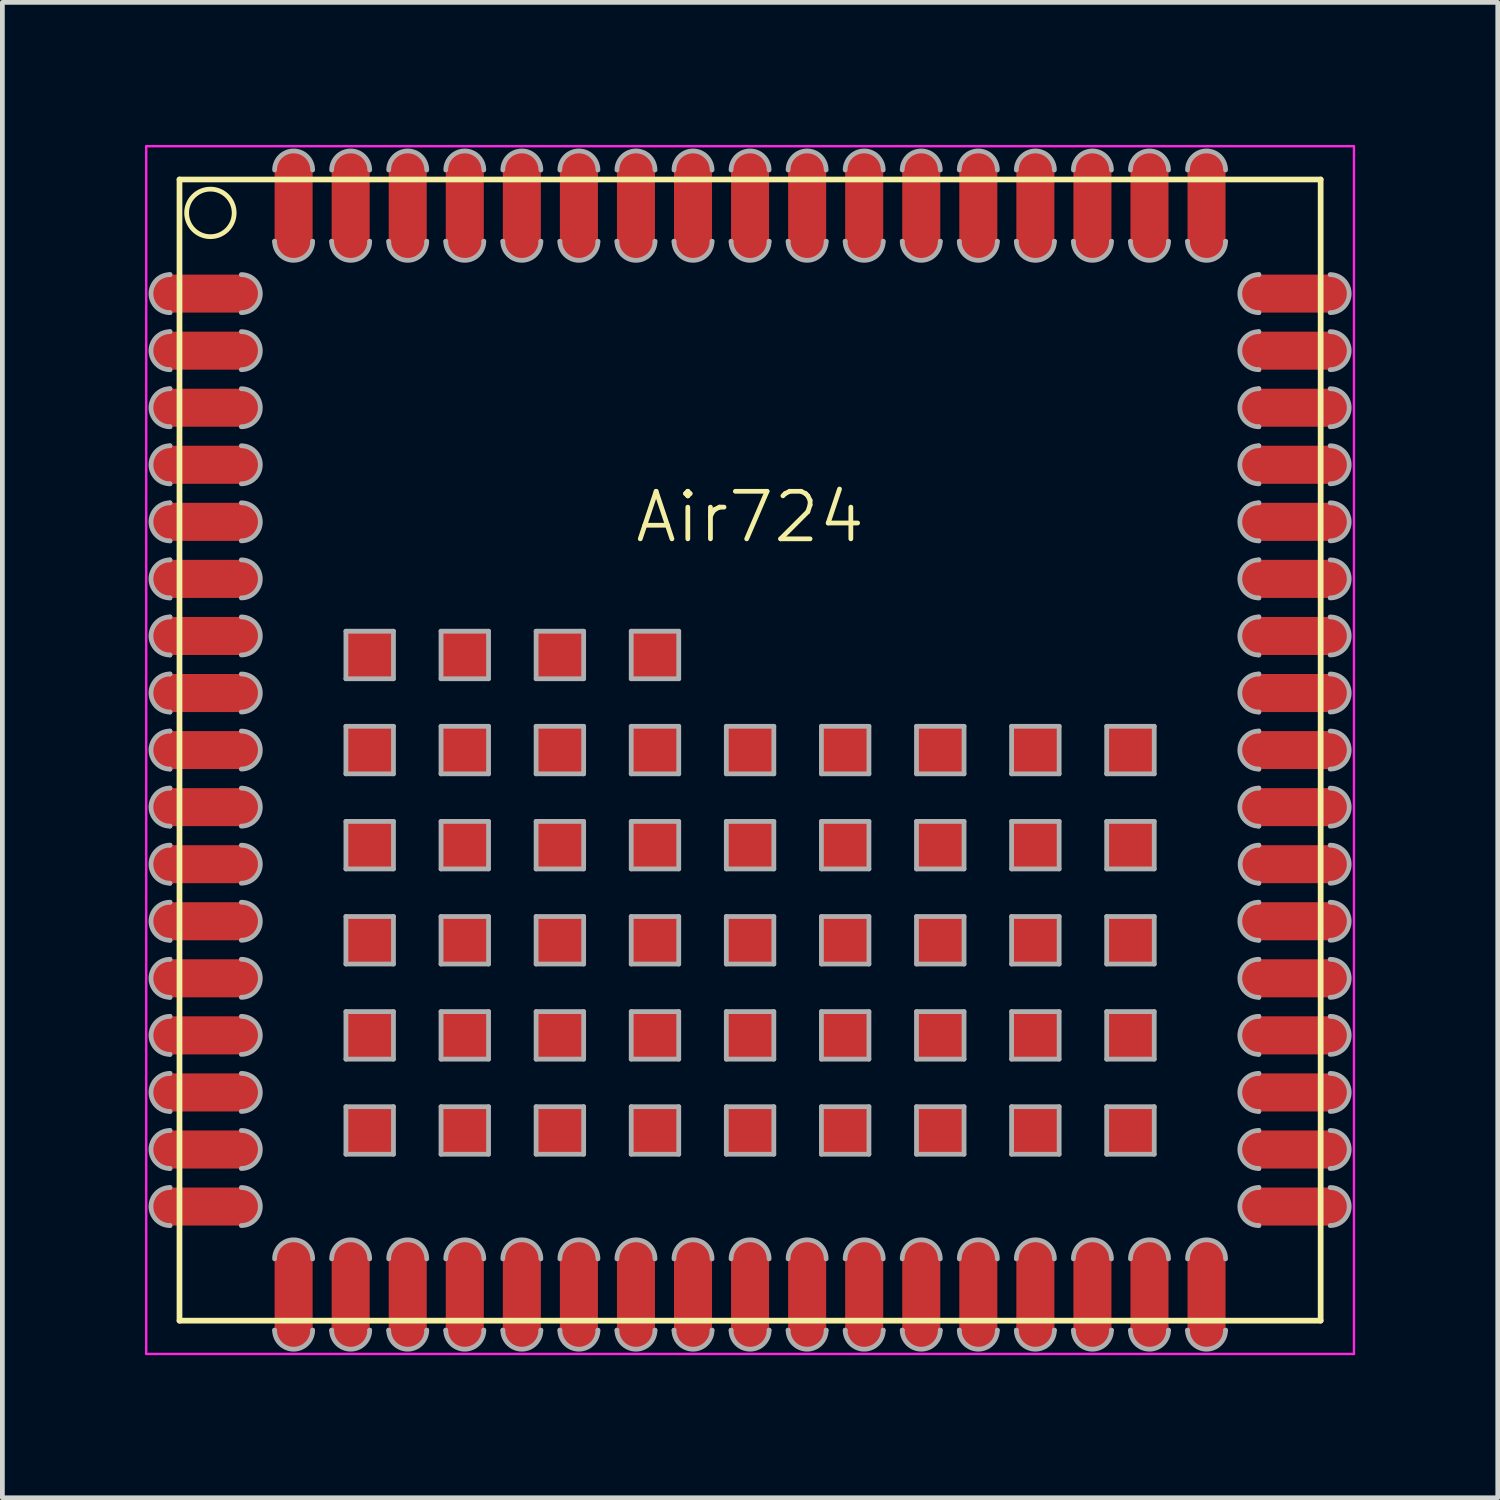
<source format=kicad_pcb>
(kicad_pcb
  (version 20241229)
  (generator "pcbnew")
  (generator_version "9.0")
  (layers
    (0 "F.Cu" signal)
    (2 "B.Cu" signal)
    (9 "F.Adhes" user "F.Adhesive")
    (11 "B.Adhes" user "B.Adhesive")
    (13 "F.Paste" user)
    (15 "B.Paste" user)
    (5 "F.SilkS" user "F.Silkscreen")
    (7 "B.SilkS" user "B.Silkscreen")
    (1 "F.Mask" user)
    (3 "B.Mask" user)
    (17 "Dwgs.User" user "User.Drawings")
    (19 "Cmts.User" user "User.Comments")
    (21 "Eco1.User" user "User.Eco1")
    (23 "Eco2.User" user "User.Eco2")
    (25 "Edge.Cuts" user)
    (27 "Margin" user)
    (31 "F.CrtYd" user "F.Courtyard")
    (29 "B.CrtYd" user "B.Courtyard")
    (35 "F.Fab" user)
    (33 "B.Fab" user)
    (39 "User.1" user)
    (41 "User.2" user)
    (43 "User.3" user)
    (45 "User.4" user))
  (footprint "Air724"
    (layer "F.Cu")
    (at 12.725 12.725)
    (property "Reference" "Air724" (at 0 -4.9 0) (layer "F.SilkS") (effects (font (size 1 1) (thickness 0.1))))
    (attr through_hole)
    (fp_line (start -12 -12) (end 12 -12) (stroke (width 0.12) (type solid)) (layer "F.SilkS"))
    (fp_line (start -12 12) (end -12 -12) (stroke (width 0.12) (type solid)) (layer "F.SilkS"))
    (fp_line (start 12 -12) (end 12 12) (stroke (width 0.12) (type solid)) (layer "F.SilkS"))
    (fp_line (start 12 12) (end -12 12) (stroke (width 0.12) (type solid)) (layer "F.SilkS"))
    (fp_arc (start -10.850038 -11.294766) (mid -11.849965 -11.3066) (end -10.84999 -11.300002) (stroke (width 0.1) (type solid)) (layer "F.SilkS"))
    (fp_line (start -12.7 -12.7) (end 12.7 -12.7) (stroke (width 0.05) (type solid)) (layer "F.CrtYd"))
    (fp_line (start -12.7 12.7) (end -12.7 -12.7) (stroke (width 0.05) (type solid)) (layer "F.CrtYd"))
    (fp_line (start 12.7 -12.7) (end 12.7 12.7) (stroke (width 0.05) (type solid)) (layer "F.CrtYd"))
    (fp_line (start 12.7 12.7) (end -12.7 12.7) (stroke (width 0.05) (type solid)) (layer "F.CrtYd"))
    (fp_line (start -12.2 -10) (end -12.2 -10) (stroke (width 0.1) (type solid)) (layer "F.Fab"))
    (fp_line (start -12.2 -9.2) (end -12.2 -9.2) (stroke (width 0.1) (type solid)) (layer "F.Fab"))
    (fp_line (start -12.2 -8.8) (end -12.2 -8.8) (stroke (width 0.1) (type solid)) (layer "F.Fab"))
    (fp_line (start -12.2 -8) (end -12.2 -8) (stroke (width 0.1) (type solid)) (layer "F.Fab"))
    (fp_line (start -12.2 -7.6) (end -12.2 -7.6) (stroke (width 0.1) (type solid)) (layer "F.Fab"))
    (fp_line (start -12.2 -6.8) (end -12.2 -6.8) (stroke (width 0.1) (type solid)) (layer "F.Fab"))
    (fp_line (start -12.2 -6.4) (end -12.2 -6.4) (stroke (width 0.1) (type solid)) (layer "F.Fab"))
    (fp_line (start -12.2 -5.6) (end -12.2 -5.6) (stroke (width 0.1) (type solid)) (layer "F.Fab"))
    (fp_line (start -12.2 -5.2) (end -12.2 -5.2) (stroke (width 0.1) (type solid)) (layer "F.Fab"))
    (fp_line (start -12.2 -4.4) (end -12.2 -4.4) (stroke (width 0.1) (type solid)) (layer "F.Fab"))
    (fp_line (start -12.2 -4) (end -12.2 -4) (stroke (width 0.1) (type solid)) (layer "F.Fab"))
    (fp_line (start -12.2 -3.2) (end -12.2 -3.2) (stroke (width 0.1) (type solid)) (layer "F.Fab"))
    (fp_line (start -12.2 -2.8) (end -12.2 -2.8) (stroke (width 0.1) (type solid)) (layer "F.Fab"))
    (fp_line (start -12.2 -2) (end -12.2 -2) (stroke (width 0.1) (type solid)) (layer "F.Fab"))
    (fp_line (start -12.2 -1.6) (end -12.2 -1.6) (stroke (width 0.1) (type solid)) (layer "F.Fab"))
    (fp_line (start -12.2 -0.8) (end -12.2 -0.8) (stroke (width 0.1) (type solid)) (layer "F.Fab"))
    (fp_line (start -12.2 -0.4) (end -12.2 -0.4) (stroke (width 0.1) (type solid)) (layer "F.Fab"))
    (fp_line (start -12.2 0.4) (end -12.2 0.4) (stroke (width 0.1) (type solid)) (layer "F.Fab"))
    (fp_line (start -12.2 0.8) (end -12.2 0.8) (stroke (width 0.1) (type solid)) (layer "F.Fab"))
    (fp_line (start -12.2 1.6) (end -12.2 1.6) (stroke (width 0.1) (type solid)) (layer "F.Fab"))
    (fp_line (start -12.2 2) (end -12.2 2) (stroke (width 0.1) (type solid)) (layer "F.Fab"))
    (fp_line (start -12.2 2.8) (end -12.2 2.8) (stroke (width 0.1) (type solid)) (layer "F.Fab"))
    (fp_line (start -12.2 3.2) (end -12.2 3.2) (stroke (width 0.1) (type solid)) (layer "F.Fab"))
    (fp_line (start -12.2 4) (end -12.2 4) (stroke (width 0.1) (type solid)) (layer "F.Fab"))
    (fp_line (start -12.2 4.4) (end -12.2 4.4) (stroke (width 0.1) (type solid)) (layer "F.Fab"))
    (fp_line (start -12.2 5.2) (end -12.2 5.2) (stroke (width 0.1) (type solid)) (layer "F.Fab"))
    (fp_line (start -12.2 5.6) (end -12.2 5.6) (stroke (width 0.1) (type solid)) (layer "F.Fab"))
    (fp_line (start -12.2 6.4) (end -12.2 6.4) (stroke (width 0.1) (type solid)) (layer "F.Fab"))
    (fp_line (start -12.2 6.8) (end -12.2 6.8) (stroke (width 0.1) (type solid)) (layer "F.Fab"))
    (fp_line (start -12.2 7.6) (end -12.2 7.6) (stroke (width 0.1) (type solid)) (layer "F.Fab"))
    (fp_line (start -12.2 8) (end -12.2 8) (stroke (width 0.1) (type solid)) (layer "F.Fab"))
    (fp_line (start -12.2 8.8) (end -12.2 8.8) (stroke (width 0.1) (type solid)) (layer "F.Fab"))
    (fp_line (start -12.2 9.2) (end -12.2 9.2) (stroke (width 0.1) (type solid)) (layer "F.Fab"))
    (fp_line (start -12.2 10) (end -12.2 10) (stroke (width 0.1) (type solid)) (layer "F.Fab"))
    (fp_line (start -10 -10.7) (end -10 -10.7) (stroke (width 0.1) (type solid)) (layer "F.Fab"))
    (fp_line (start -10 12.2) (end -10 12.2) (stroke (width 0.1) (type solid)) (layer "F.Fab"))
    (fp_line (start -9.2 -10.7) (end -9.2 -10.7) (stroke (width 0.1) (type solid)) (layer "F.Fab"))
    (fp_line (start -9.2 12.2) (end -9.2 12.2) (stroke (width 0.1) (type solid)) (layer "F.Fab"))
    (fp_line (start -8.8 -10.7) (end -8.8 -10.7) (stroke (width 0.1) (type solid)) (layer "F.Fab"))
    (fp_line (start -8.8 12.2) (end -8.8 12.2) (stroke (width 0.1) (type solid)) (layer "F.Fab"))
    (fp_line (start -8.5 -2.5) (end -7.5 -2.5) (stroke (width 0.1) (type solid)) (layer "F.Fab"))
    (fp_line (start -8.5 -1.5) (end -8.5 -2.5) (stroke (width 0.1) (type solid)) (layer "F.Fab"))
    (fp_line (start -8.5 -0.5) (end -7.5 -0.5) (stroke (width 0.1) (type solid)) (layer "F.Fab"))
    (fp_line (start -8.5 0.5) (end -8.5 -0.5) (stroke (width 0.1) (type solid)) (layer "F.Fab"))
    (fp_line (start -8.5 1.5) (end -7.5 1.5) (stroke (width 0.1) (type solid)) (layer "F.Fab"))
    (fp_line (start -8.5 2.5) (end -8.5 1.5) (stroke (width 0.1) (type solid)) (layer "F.Fab"))
    (fp_line (start -8.5 3.5) (end -7.5 3.5) (stroke (width 0.1) (type solid)) (layer "F.Fab"))
    (fp_line (start -8.5 4.5) (end -8.5 3.5) (stroke (width 0.1) (type solid)) (layer "F.Fab"))
    (fp_line (start -8.5 5.5) (end -7.5 5.5) (stroke (width 0.1) (type solid)) (layer "F.Fab"))
    (fp_line (start -8.5 6.5) (end -8.5 5.5) (stroke (width 0.1) (type solid)) (layer "F.Fab"))
    (fp_line (start -8.5 7.5) (end -7.5 7.5) (stroke (width 0.1) (type solid)) (layer "F.Fab"))
    (fp_line (start -8.5 8.5) (end -8.5 7.5) (stroke (width 0.1) (type solid)) (layer "F.Fab"))
    (fp_line (start -8 -10.7) (end -8 -10.7) (stroke (width 0.1) (type solid)) (layer "F.Fab"))
    (fp_line (start -8 12.2) (end -8 12.2) (stroke (width 0.1) (type solid)) (layer "F.Fab"))
    (fp_line (start -7.6 -10.7) (end -7.6 -10.7) (stroke (width 0.1) (type solid)) (layer "F.Fab"))
    (fp_line (start -7.6 12.2) (end -7.6 12.2) (stroke (width 0.1) (type solid)) (layer "F.Fab"))
    (fp_line (start -7.5 -2.5) (end -7.5 -1.5) (stroke (width 0.1) (type solid)) (layer "F.Fab"))
    (fp_line (start -7.5 -1.5) (end -8.5 -1.5) (stroke (width 0.1) (type solid)) (layer "F.Fab"))
    (fp_line (start -7.5 -0.5) (end -7.5 0.5) (stroke (width 0.1) (type solid)) (layer "F.Fab"))
    (fp_line (start -7.5 0.5) (end -8.5 0.5) (stroke (width 0.1) (type solid)) (layer "F.Fab"))
    (fp_line (start -7.5 1.5) (end -7.5 2.5) (stroke (width 0.1) (type solid)) (layer "F.Fab"))
    (fp_line (start -7.5 2.5) (end -8.5 2.5) (stroke (width 0.1) (type solid)) (layer "F.Fab"))
    (fp_line (start -7.5 3.5) (end -7.5 4.5) (stroke (width 0.1) (type solid)) (layer "F.Fab"))
    (fp_line (start -7.5 4.5) (end -8.5 4.5) (stroke (width 0.1) (type solid)) (layer "F.Fab"))
    (fp_line (start -7.5 5.5) (end -7.5 6.5) (stroke (width 0.1) (type solid)) (layer "F.Fab"))
    (fp_line (start -7.5 6.5) (end -8.5 6.5) (stroke (width 0.1) (type solid)) (layer "F.Fab"))
    (fp_line (start -7.5 7.5) (end -7.5 8.5) (stroke (width 0.1) (type solid)) (layer "F.Fab"))
    (fp_line (start -7.5 8.5) (end -8.5 8.5) (stroke (width 0.1) (type solid)) (layer "F.Fab"))
    (fp_line (start -6.8 -10.7) (end -6.8 -10.7) (stroke (width 0.1) (type solid)) (layer "F.Fab"))
    (fp_line (start -6.8 12.2) (end -6.8 12.2) (stroke (width 0.1) (type solid)) (layer "F.Fab"))
    (fp_line (start -6.5 -2.5) (end -5.5 -2.5) (stroke (width 0.1) (type solid)) (layer "F.Fab"))
    (fp_line (start -6.5 -1.5) (end -6.5 -2.5) (stroke (width 0.1) (type solid)) (layer "F.Fab"))
    (fp_line (start -6.5 -0.5) (end -5.5 -0.5) (stroke (width 0.1) (type solid)) (layer "F.Fab"))
    (fp_line (start -6.5 0.5) (end -6.5 -0.5) (stroke (width 0.1) (type solid)) (layer "F.Fab"))
    (fp_line (start -6.5 1.5) (end -5.5 1.5) (stroke (width 0.1) (type solid)) (layer "F.Fab"))
    (fp_line (start -6.5 2.5) (end -6.5 1.5) (stroke (width 0.1) (type solid)) (layer "F.Fab"))
    (fp_line (start -6.5 3.5) (end -5.5 3.5) (stroke (width 0.1) (type solid)) (layer "F.Fab"))
    (fp_line (start -6.5 4.5) (end -6.5 3.5) (stroke (width 0.1) (type solid)) (layer "F.Fab"))
    (fp_line (start -6.5 5.5) (end -5.5 5.5) (stroke (width 0.1) (type solid)) (layer "F.Fab"))
    (fp_line (start -6.5 6.5) (end -6.5 5.5) (stroke (width 0.1) (type solid)) (layer "F.Fab"))
    (fp_line (start -6.5 7.5) (end -5.5 7.5) (stroke (width 0.1) (type solid)) (layer "F.Fab"))
    (fp_line (start -6.5 8.5) (end -6.5 7.5) (stroke (width 0.1) (type solid)) (layer "F.Fab"))
    (fp_line (start -6.4 -10.7) (end -6.4 -10.7) (stroke (width 0.1) (type solid)) (layer "F.Fab"))
    (fp_line (start -6.4 12.2) (end -6.4 12.2) (stroke (width 0.1) (type solid)) (layer "F.Fab"))
    (fp_line (start -5.6 -10.7) (end -5.6 -10.7) (stroke (width 0.1) (type solid)) (layer "F.Fab"))
    (fp_line (start -5.6 12.2) (end -5.6 12.2) (stroke (width 0.1) (type solid)) (layer "F.Fab"))
    (fp_line (start -5.5 -2.5) (end -5.5 -1.5) (stroke (width 0.1) (type solid)) (layer "F.Fab"))
    (fp_line (start -5.5 -1.5) (end -6.5 -1.5) (stroke (width 0.1) (type solid)) (layer "F.Fab"))
    (fp_line (start -5.5 -0.5) (end -5.5 0.5) (stroke (width 0.1) (type solid)) (layer "F.Fab"))
    (fp_line (start -5.5 0.5) (end -6.5 0.5) (stroke (width 0.1) (type solid)) (layer "F.Fab"))
    (fp_line (start -5.5 1.5) (end -5.5 2.5) (stroke (width 0.1) (type solid)) (layer "F.Fab"))
    (fp_line (start -5.5 2.5) (end -6.5 2.5) (stroke (width 0.1) (type solid)) (layer "F.Fab"))
    (fp_line (start -5.5 3.5) (end -5.5 4.5) (stroke (width 0.1) (type solid)) (layer "F.Fab"))
    (fp_line (start -5.5 4.5) (end -6.5 4.5) (stroke (width 0.1) (type solid)) (layer "F.Fab"))
    (fp_line (start -5.5 5.5) (end -5.5 6.5) (stroke (width 0.1) (type solid)) (layer "F.Fab"))
    (fp_line (start -5.5 6.5) (end -6.5 6.5) (stroke (width 0.1) (type solid)) (layer "F.Fab"))
    (fp_line (start -5.5 7.5) (end -5.5 8.5) (stroke (width 0.1) (type solid)) (layer "F.Fab"))
    (fp_line (start -5.5 8.5) (end -6.5 8.5) (stroke (width 0.1) (type solid)) (layer "F.Fab"))
    (fp_line (start -5.2 -10.7) (end -5.2 -10.7) (stroke (width 0.1) (type solid)) (layer "F.Fab"))
    (fp_line (start -5.2 12.2) (end -5.2 12.2) (stroke (width 0.1) (type solid)) (layer "F.Fab"))
    (fp_line (start -4.5 -2.5) (end -3.5 -2.5) (stroke (width 0.1) (type solid)) (layer "F.Fab"))
    (fp_line (start -4.5 -1.5) (end -4.5 -2.5) (stroke (width 0.1) (type solid)) (layer "F.Fab"))
    (fp_line (start -4.5 -0.5) (end -3.5 -0.5) (stroke (width 0.1) (type solid)) (layer "F.Fab"))
    (fp_line (start -4.5 0.5) (end -4.5 -0.5) (stroke (width 0.1) (type solid)) (layer "F.Fab"))
    (fp_line (start -4.5 1.5) (end -3.5 1.5) (stroke (width 0.1) (type solid)) (layer "F.Fab"))
    (fp_line (start -4.5 2.5) (end -4.5 1.5) (stroke (width 0.1) (type solid)) (layer "F.Fab"))
    (fp_line (start -4.5 3.5) (end -3.5 3.5) (stroke (width 0.1) (type solid)) (layer "F.Fab"))
    (fp_line (start -4.5 4.5) (end -4.5 3.5) (stroke (width 0.1) (type solid)) (layer "F.Fab"))
    (fp_line (start -4.5 5.5) (end -3.5 5.5) (stroke (width 0.1) (type solid)) (layer "F.Fab"))
    (fp_line (start -4.5 6.5) (end -4.5 5.5) (stroke (width 0.1) (type solid)) (layer "F.Fab"))
    (fp_line (start -4.5 7.5) (end -3.5 7.5) (stroke (width 0.1) (type solid)) (layer "F.Fab"))
    (fp_line (start -4.5 8.5) (end -4.5 7.5) (stroke (width 0.1) (type solid)) (layer "F.Fab"))
    (fp_line (start -4.4 -10.7) (end -4.4 -10.7) (stroke (width 0.1) (type solid)) (layer "F.Fab"))
    (fp_line (start -4.4 12.2) (end -4.4 12.2) (stroke (width 0.1) (type solid)) (layer "F.Fab"))
    (fp_line (start -4 -10.7) (end -4 -10.7) (stroke (width 0.1) (type solid)) (layer "F.Fab"))
    (fp_line (start -4 12.2) (end -4 12.2) (stroke (width 0.1) (type solid)) (layer "F.Fab"))
    (fp_line (start -3.5 -2.5) (end -3.5 -1.5) (stroke (width 0.1) (type solid)) (layer "F.Fab"))
    (fp_line (start -3.5 -1.5) (end -4.5 -1.5) (stroke (width 0.1) (type solid)) (layer "F.Fab"))
    (fp_line (start -3.5 -0.5) (end -3.5 0.5) (stroke (width 0.1) (type solid)) (layer "F.Fab"))
    (fp_line (start -3.5 0.5) (end -4.5 0.5) (stroke (width 0.1) (type solid)) (layer "F.Fab"))
    (fp_line (start -3.5 1.5) (end -3.5 2.5) (stroke (width 0.1) (type solid)) (layer "F.Fab"))
    (fp_line (start -3.5 2.5) (end -4.5 2.5) (stroke (width 0.1) (type solid)) (layer "F.Fab"))
    (fp_line (start -3.5 3.5) (end -3.5 4.5) (stroke (width 0.1) (type solid)) (layer "F.Fab"))
    (fp_line (start -3.5 4.5) (end -4.5 4.5) (stroke (width 0.1) (type solid)) (layer "F.Fab"))
    (fp_line (start -3.5 5.5) (end -3.5 6.5) (stroke (width 0.1) (type solid)) (layer "F.Fab"))
    (fp_line (start -3.5 6.5) (end -4.5 6.5) (stroke (width 0.1) (type solid)) (layer "F.Fab"))
    (fp_line (start -3.5 7.5) (end -3.5 8.5) (stroke (width 0.1) (type solid)) (layer "F.Fab"))
    (fp_line (start -3.5 8.5) (end -4.5 8.5) (stroke (width 0.1) (type solid)) (layer "F.Fab"))
    (fp_line (start -3.2 -10.7) (end -3.2 -10.7) (stroke (width 0.1) (type solid)) (layer "F.Fab"))
    (fp_line (start -3.2 12.2) (end -3.2 12.2) (stroke (width 0.1) (type solid)) (layer "F.Fab"))
    (fp_line (start -2.8 -10.7) (end -2.8 -10.7) (stroke (width 0.1) (type solid)) (layer "F.Fab"))
    (fp_line (start -2.8 12.2) (end -2.8 12.2) (stroke (width 0.1) (type solid)) (layer "F.Fab"))
    (fp_line (start -2.5 -2.5) (end -1.5 -2.5) (stroke (width 0.1) (type solid)) (layer "F.Fab"))
    (fp_line (start -2.5 -1.5) (end -2.5 -2.5) (stroke (width 0.1) (type solid)) (layer "F.Fab"))
    (fp_line (start -2.5 -0.5) (end -1.5 -0.5) (stroke (width 0.1) (type solid)) (layer "F.Fab"))
    (fp_line (start -2.5 0.5) (end -2.5 -0.5) (stroke (width 0.1) (type solid)) (layer "F.Fab"))
    (fp_line (start -2.5 1.5) (end -1.5 1.5) (stroke (width 0.1) (type solid)) (layer "F.Fab"))
    (fp_line (start -2.5 2.5) (end -2.5 1.5) (stroke (width 0.1) (type solid)) (layer "F.Fab"))
    (fp_line (start -2.5 3.5) (end -1.5 3.5) (stroke (width 0.1) (type solid)) (layer "F.Fab"))
    (fp_line (start -2.5 4.5) (end -2.5 3.5) (stroke (width 0.1) (type solid)) (layer "F.Fab"))
    (fp_line (start -2.5 5.5) (end -1.5 5.5) (stroke (width 0.1) (type solid)) (layer "F.Fab"))
    (fp_line (start -2.5 6.5) (end -2.5 5.5) (stroke (width 0.1) (type solid)) (layer "F.Fab"))
    (fp_line (start -2.5 7.5) (end -1.5 7.5) (stroke (width 0.1) (type solid)) (layer "F.Fab"))
    (fp_line (start -2.5 8.5) (end -2.5 7.5) (stroke (width 0.1) (type solid)) (layer "F.Fab"))
    (fp_line (start -2 -10.7) (end -2 -10.7) (stroke (width 0.1) (type solid)) (layer "F.Fab"))
    (fp_line (start -2 12.2) (end -2 12.2) (stroke (width 0.1) (type solid)) (layer "F.Fab"))
    (fp_line (start -1.6 -10.7) (end -1.6 -10.7) (stroke (width 0.1) (type solid)) (layer "F.Fab"))
    (fp_line (start -1.6 12.2) (end -1.6 12.2) (stroke (width 0.1) (type solid)) (layer "F.Fab"))
    (fp_line (start -1.5 -2.5) (end -1.5 -1.5) (stroke (width 0.1) (type solid)) (layer "F.Fab"))
    (fp_line (start -1.5 -1.5) (end -2.5 -1.5) (stroke (width 0.1) (type solid)) (layer "F.Fab"))
    (fp_line (start -1.5 -0.5) (end -1.5 0.5) (stroke (width 0.1) (type solid)) (layer "F.Fab"))
    (fp_line (start -1.5 0.5) (end -2.5 0.5) (stroke (width 0.1) (type solid)) (layer "F.Fab"))
    (fp_line (start -1.5 1.5) (end -1.5 2.5) (stroke (width 0.1) (type solid)) (layer "F.Fab"))
    (fp_line (start -1.5 2.5) (end -2.5 2.5) (stroke (width 0.1) (type solid)) (layer "F.Fab"))
    (fp_line (start -1.5 3.5) (end -1.5 4.5) (stroke (width 0.1) (type solid)) (layer "F.Fab"))
    (fp_line (start -1.5 4.5) (end -2.5 4.5) (stroke (width 0.1) (type solid)) (layer "F.Fab"))
    (fp_line (start -1.5 5.5) (end -1.5 6.5) (stroke (width 0.1) (type solid)) (layer "F.Fab"))
    (fp_line (start -1.5 6.5) (end -2.5 6.5) (stroke (width 0.1) (type solid)) (layer "F.Fab"))
    (fp_line (start -1.5 7.5) (end -1.5 8.5) (stroke (width 0.1) (type solid)) (layer "F.Fab"))
    (fp_line (start -1.5 8.5) (end -2.5 8.5) (stroke (width 0.1) (type solid)) (layer "F.Fab"))
    (fp_line (start -0.8 -10.7) (end -0.8 -10.7) (stroke (width 0.1) (type solid)) (layer "F.Fab"))
    (fp_line (start -0.8 12.2) (end -0.8 12.2) (stroke (width 0.1) (type solid)) (layer "F.Fab"))
    (fp_line (start -0.5 -0.5) (end 0.5 -0.5) (stroke (width 0.1) (type solid)) (layer "F.Fab"))
    (fp_line (start -0.5 0.5) (end -0.5 -0.5) (stroke (width 0.1) (type solid)) (layer "F.Fab"))
    (fp_line (start -0.5 1.5) (end 0.5 1.5) (stroke (width 0.1) (type solid)) (layer "F.Fab"))
    (fp_line (start -0.5 2.5) (end -0.5 1.5) (stroke (width 0.1) (type solid)) (layer "F.Fab"))
    (fp_line (start -0.5 3.5) (end 0.5 3.5) (stroke (width 0.1) (type solid)) (layer "F.Fab"))
    (fp_line (start -0.5 4.5) (end -0.5 3.5) (stroke (width 0.1) (type solid)) (layer "F.Fab"))
    (fp_line (start -0.5 5.5) (end 0.5 5.5) (stroke (width 0.1) (type solid)) (layer "F.Fab"))
    (fp_line (start -0.5 6.5) (end -0.5 5.5) (stroke (width 0.1) (type solid)) (layer "F.Fab"))
    (fp_line (start -0.5 7.5) (end 0.5 7.5) (stroke (width 0.1) (type solid)) (layer "F.Fab"))
    (fp_line (start -0.5 8.5) (end -0.5 7.5) (stroke (width 0.1) (type solid)) (layer "F.Fab"))
    (fp_line (start -0.4 -10.7) (end -0.4 -10.7) (stroke (width 0.1) (type solid)) (layer "F.Fab"))
    (fp_line (start -0.4 12.2) (end -0.4 12.2) (stroke (width 0.1) (type solid)) (layer "F.Fab"))
    (fp_line (start 0.4 -10.7) (end 0.4 -10.7) (stroke (width 0.1) (type solid)) (layer "F.Fab"))
    (fp_line (start 0.4 12.2) (end 0.4 12.2) (stroke (width 0.1) (type solid)) (layer "F.Fab"))
    (fp_line (start 0.5 -0.5) (end 0.5 0.5) (stroke (width 0.1) (type solid)) (layer "F.Fab"))
    (fp_line (start 0.5 0.5) (end -0.5 0.5) (stroke (width 0.1) (type solid)) (layer "F.Fab"))
    (fp_line (start 0.5 1.5) (end 0.5 2.5) (stroke (width 0.1) (type solid)) (layer "F.Fab"))
    (fp_line (start 0.5 2.5) (end -0.5 2.5) (stroke (width 0.1) (type solid)) (layer "F.Fab"))
    (fp_line (start 0.5 3.5) (end 0.5 4.5) (stroke (width 0.1) (type solid)) (layer "F.Fab"))
    (fp_line (start 0.5 4.5) (end -0.5 4.5) (stroke (width 0.1) (type solid)) (layer "F.Fab"))
    (fp_line (start 0.5 5.5) (end 0.5 6.5) (stroke (width 0.1) (type solid)) (layer "F.Fab"))
    (fp_line (start 0.5 6.5) (end -0.5 6.5) (stroke (width 0.1) (type solid)) (layer "F.Fab"))
    (fp_line (start 0.5 7.5) (end 0.5 8.5) (stroke (width 0.1) (type solid)) (layer "F.Fab"))
    (fp_line (start 0.5 8.5) (end -0.5 8.5) (stroke (width 0.1) (type solid)) (layer "F.Fab"))
    (fp_line (start 0.8 -10.7) (end 0.8 -10.7) (stroke (width 0.1) (type solid)) (layer "F.Fab"))
    (fp_line (start 0.8 12.2) (end 0.8 12.2) (stroke (width 0.1) (type solid)) (layer "F.Fab"))
    (fp_line (start 1.5 -0.5) (end 2.5 -0.5) (stroke (width 0.1) (type solid)) (layer "F.Fab"))
    (fp_line (start 1.5 0.5) (end 1.5 -0.5) (stroke (width 0.1) (type solid)) (layer "F.Fab"))
    (fp_line (start 1.5 1.5) (end 2.5 1.5) (stroke (width 0.1) (type solid)) (layer "F.Fab"))
    (fp_line (start 1.5 2.5) (end 1.5 1.5) (stroke (width 0.1) (type solid)) (layer "F.Fab"))
    (fp_line (start 1.5 3.5) (end 2.5 3.5) (stroke (width 0.1) (type solid)) (layer "F.Fab"))
    (fp_line (start 1.5 4.5) (end 1.5 3.5) (stroke (width 0.1) (type solid)) (layer "F.Fab"))
    (fp_line (start 1.5 5.5) (end 2.5 5.5) (stroke (width 0.1) (type solid)) (layer "F.Fab"))
    (fp_line (start 1.5 6.5) (end 1.5 5.5) (stroke (width 0.1) (type solid)) (layer "F.Fab"))
    (fp_line (start 1.5 7.5) (end 2.5 7.5) (stroke (width 0.1) (type solid)) (layer "F.Fab"))
    (fp_line (start 1.5 8.5) (end 1.5 7.5) (stroke (width 0.1) (type solid)) (layer "F.Fab"))
    (fp_line (start 1.6 -10.7) (end 1.6 -10.7) (stroke (width 0.1) (type solid)) (layer "F.Fab"))
    (fp_line (start 1.6 12.2) (end 1.6 12.2) (stroke (width 0.1) (type solid)) (layer "F.Fab"))
    (fp_line (start 2 -10.7) (end 2 -10.7) (stroke (width 0.1) (type solid)) (layer "F.Fab"))
    (fp_line (start 2 12.2) (end 2 12.2) (stroke (width 0.1) (type solid)) (layer "F.Fab"))
    (fp_line (start 2.5 -0.5) (end 2.5 0.5) (stroke (width 0.1) (type solid)) (layer "F.Fab"))
    (fp_line (start 2.5 0.5) (end 1.5 0.5) (stroke (width 0.1) (type solid)) (layer "F.Fab"))
    (fp_line (start 2.5 1.5) (end 2.5 2.5) (stroke (width 0.1) (type solid)) (layer "F.Fab"))
    (fp_line (start 2.5 2.5) (end 1.5 2.5) (stroke (width 0.1) (type solid)) (layer "F.Fab"))
    (fp_line (start 2.5 3.5) (end 2.5 4.5) (stroke (width 0.1) (type solid)) (layer "F.Fab"))
    (fp_line (start 2.5 4.5) (end 1.5 4.5) (stroke (width 0.1) (type solid)) (layer "F.Fab"))
    (fp_line (start 2.5 5.5) (end 2.5 6.5) (stroke (width 0.1) (type solid)) (layer "F.Fab"))
    (fp_line (start 2.5 6.5) (end 1.5 6.5) (stroke (width 0.1) (type solid)) (layer "F.Fab"))
    (fp_line (start 2.5 7.5) (end 2.5 8.5) (stroke (width 0.1) (type solid)) (layer "F.Fab"))
    (fp_line (start 2.5 8.5) (end 1.5 8.5) (stroke (width 0.1) (type solid)) (layer "F.Fab"))
    (fp_line (start 2.8 -10.7) (end 2.8 -10.7) (stroke (width 0.1) (type solid)) (layer "F.Fab"))
    (fp_line (start 2.8 12.2) (end 2.8 12.2) (stroke (width 0.1) (type solid)) (layer "F.Fab"))
    (fp_line (start 3.2 -10.7) (end 3.2 -10.7) (stroke (width 0.1) (type solid)) (layer "F.Fab"))
    (fp_line (start 3.2 12.2) (end 3.2 12.2) (stroke (width 0.1) (type solid)) (layer "F.Fab"))
    (fp_line (start 3.5 -0.5) (end 4.5 -0.5) (stroke (width 0.1) (type solid)) (layer "F.Fab"))
    (fp_line (start 3.5 0.5) (end 3.5 -0.5) (stroke (width 0.1) (type solid)) (layer "F.Fab"))
    (fp_line (start 3.5 1.5) (end 4.5 1.5) (stroke (width 0.1) (type solid)) (layer "F.Fab"))
    (fp_line (start 3.5 2.5) (end 3.5 1.5) (stroke (width 0.1) (type solid)) (layer "F.Fab"))
    (fp_line (start 3.5 3.5) (end 4.5 3.5) (stroke (width 0.1) (type solid)) (layer "F.Fab"))
    (fp_line (start 3.5 4.5) (end 3.5 3.5) (stroke (width 0.1) (type solid)) (layer "F.Fab"))
    (fp_line (start 3.5 5.5) (end 4.5 5.5) (stroke (width 0.1) (type solid)) (layer "F.Fab"))
    (fp_line (start 3.5 6.5) (end 3.5 5.5) (stroke (width 0.1) (type solid)) (layer "F.Fab"))
    (fp_line (start 3.5 7.5) (end 4.5 7.5) (stroke (width 0.1) (type solid)) (layer "F.Fab"))
    (fp_line (start 3.5 8.5) (end 3.5 7.5) (stroke (width 0.1) (type solid)) (layer "F.Fab"))
    (fp_line (start 4 -10.7) (end 4 -10.7) (stroke (width 0.1) (type solid)) (layer "F.Fab"))
    (fp_line (start 4 12.2) (end 4 12.2) (stroke (width 0.1) (type solid)) (layer "F.Fab"))
    (fp_line (start 4.4 -10.7) (end 4.4 -10.7) (stroke (width 0.1) (type solid)) (layer "F.Fab"))
    (fp_line (start 4.4 12.2) (end 4.4 12.2) (stroke (width 0.1) (type solid)) (layer "F.Fab"))
    (fp_line (start 4.5 -0.5) (end 4.5 0.5) (stroke (width 0.1) (type solid)) (layer "F.Fab"))
    (fp_line (start 4.5 0.5) (end 3.5 0.5) (stroke (width 0.1) (type solid)) (layer "F.Fab"))
    (fp_line (start 4.5 1.5) (end 4.5 2.5) (stroke (width 0.1) (type solid)) (layer "F.Fab"))
    (fp_line (start 4.5 2.5) (end 3.5 2.5) (stroke (width 0.1) (type solid)) (layer "F.Fab"))
    (fp_line (start 4.5 3.5) (end 4.5 4.5) (stroke (width 0.1) (type solid)) (layer "F.Fab"))
    (fp_line (start 4.5 4.5) (end 3.5 4.5) (stroke (width 0.1) (type solid)) (layer "F.Fab"))
    (fp_line (start 4.5 5.5) (end 4.5 6.5) (stroke (width 0.1) (type solid)) (layer "F.Fab"))
    (fp_line (start 4.5 6.5) (end 3.5 6.5) (stroke (width 0.1) (type solid)) (layer "F.Fab"))
    (fp_line (start 4.5 7.5) (end 4.5 8.5) (stroke (width 0.1) (type solid)) (layer "F.Fab"))
    (fp_line (start 4.5 8.5) (end 3.5 8.5) (stroke (width 0.1) (type solid)) (layer "F.Fab"))
    (fp_line (start 5.2 -10.7) (end 5.2 -10.7) (stroke (width 0.1) (type solid)) (layer "F.Fab"))
    (fp_line (start 5.2 12.2) (end 5.2 12.2) (stroke (width 0.1) (type solid)) (layer "F.Fab"))
    (fp_line (start 5.5 -0.5) (end 6.5 -0.5) (stroke (width 0.1) (type solid)) (layer "F.Fab"))
    (fp_line (start 5.5 0.5) (end 5.5 -0.5) (stroke (width 0.1) (type solid)) (layer "F.Fab"))
    (fp_line (start 5.5 1.5) (end 6.5 1.5) (stroke (width 0.1) (type solid)) (layer "F.Fab"))
    (fp_line (start 5.5 2.5) (end 5.5 1.5) (stroke (width 0.1) (type solid)) (layer "F.Fab"))
    (fp_line (start 5.5 3.5) (end 6.5 3.5) (stroke (width 0.1) (type solid)) (layer "F.Fab"))
    (fp_line (start 5.5 4.5) (end 5.5 3.5) (stroke (width 0.1) (type solid)) (layer "F.Fab"))
    (fp_line (start 5.5 5.5) (end 6.5 5.5) (stroke (width 0.1) (type solid)) (layer "F.Fab"))
    (fp_line (start 5.5 6.5) (end 5.5 5.5) (stroke (width 0.1) (type solid)) (layer "F.Fab"))
    (fp_line (start 5.5 7.5) (end 6.5 7.5) (stroke (width 0.1) (type solid)) (layer "F.Fab"))
    (fp_line (start 5.5 8.5) (end 5.5 7.5) (stroke (width 0.1) (type solid)) (layer "F.Fab"))
    (fp_line (start 5.6 -10.7) (end 5.6 -10.7) (stroke (width 0.1) (type solid)) (layer "F.Fab"))
    (fp_line (start 5.6 12.2) (end 5.6 12.2) (stroke (width 0.1) (type solid)) (layer "F.Fab"))
    (fp_line (start 6.4 -10.7) (end 6.4 -10.7) (stroke (width 0.1) (type solid)) (layer "F.Fab"))
    (fp_line (start 6.4 12.2) (end 6.4 12.2) (stroke (width 0.1) (type solid)) (layer "F.Fab"))
    (fp_line (start 6.5 -0.5) (end 6.5 0.5) (stroke (width 0.1) (type solid)) (layer "F.Fab"))
    (fp_line (start 6.5 0.5) (end 5.5 0.5) (stroke (width 0.1) (type solid)) (layer "F.Fab"))
    (fp_line (start 6.5 1.5) (end 6.5 2.5) (stroke (width 0.1) (type solid)) (layer "F.Fab"))
    (fp_line (start 6.5 2.5) (end 5.5 2.5) (stroke (width 0.1) (type solid)) (layer "F.Fab"))
    (fp_line (start 6.5 3.5) (end 6.5 4.5) (stroke (width 0.1) (type solid)) (layer "F.Fab"))
    (fp_line (start 6.5 4.5) (end 5.5 4.5) (stroke (width 0.1) (type solid)) (layer "F.Fab"))
    (fp_line (start 6.5 5.5) (end 6.5 6.5) (stroke (width 0.1) (type solid)) (layer "F.Fab"))
    (fp_line (start 6.5 6.5) (end 5.5 6.5) (stroke (width 0.1) (type solid)) (layer "F.Fab"))
    (fp_line (start 6.5 7.5) (end 6.5 8.5) (stroke (width 0.1) (type solid)) (layer "F.Fab"))
    (fp_line (start 6.5 8.5) (end 5.5 8.5) (stroke (width 0.1) (type solid)) (layer "F.Fab"))
    (fp_line (start 6.8 -10.7) (end 6.8 -10.7) (stroke (width 0.1) (type solid)) (layer "F.Fab"))
    (fp_line (start 6.8 12.2) (end 6.8 12.2) (stroke (width 0.1) (type solid)) (layer "F.Fab"))
    (fp_line (start 7.5 -0.5) (end 8.5 -0.5) (stroke (width 0.1) (type solid)) (layer "F.Fab"))
    (fp_line (start 7.5 0.5) (end 7.5 -0.5) (stroke (width 0.1) (type solid)) (layer "F.Fab"))
    (fp_line (start 7.5 1.5) (end 8.5 1.5) (stroke (width 0.1) (type solid)) (layer "F.Fab"))
    (fp_line (start 7.5 2.5) (end 7.5 1.5) (stroke (width 0.1) (type solid)) (layer "F.Fab"))
    (fp_line (start 7.5 3.5) (end 8.5 3.5) (stroke (width 0.1) (type solid)) (layer "F.Fab"))
    (fp_line (start 7.5 4.5) (end 7.5 3.5) (stroke (width 0.1) (type solid)) (layer "F.Fab"))
    (fp_line (start 7.5 5.5) (end 8.5 5.5) (stroke (width 0.1) (type solid)) (layer "F.Fab"))
    (fp_line (start 7.5 6.5) (end 7.5 5.5) (stroke (width 0.1) (type solid)) (layer "F.Fab"))
    (fp_line (start 7.5 7.5) (end 8.5 7.5) (stroke (width 0.1) (type solid)) (layer "F.Fab"))
    (fp_line (start 7.5 8.5) (end 7.5 7.5) (stroke (width 0.1) (type solid)) (layer "F.Fab"))
    (fp_line (start 7.6 -10.7) (end 7.6 -10.7) (stroke (width 0.1) (type solid)) (layer "F.Fab"))
    (fp_line (start 7.6 12.2) (end 7.6 12.2) (stroke (width 0.1) (type solid)) (layer "F.Fab"))
    (fp_line (start 8 -10.7) (end 8 -10.7) (stroke (width 0.1) (type solid)) (layer "F.Fab"))
    (fp_line (start 8 12.2) (end 8 12.2) (stroke (width 0.1) (type solid)) (layer "F.Fab"))
    (fp_line (start 8.5 -0.5) (end 8.5 0.5) (stroke (width 0.1) (type solid)) (layer "F.Fab"))
    (fp_line (start 8.5 0.5) (end 7.5 0.5) (stroke (width 0.1) (type solid)) (layer "F.Fab"))
    (fp_line (start 8.5 1.5) (end 8.5 2.5) (stroke (width 0.1) (type solid)) (layer "F.Fab"))
    (fp_line (start 8.5 2.5) (end 7.5 2.5) (stroke (width 0.1) (type solid)) (layer "F.Fab"))
    (fp_line (start 8.5 3.5) (end 8.5 4.5) (stroke (width 0.1) (type solid)) (layer "F.Fab"))
    (fp_line (start 8.5 4.5) (end 7.5 4.5) (stroke (width 0.1) (type solid)) (layer "F.Fab"))
    (fp_line (start 8.5 5.5) (end 8.5 6.5) (stroke (width 0.1) (type solid)) (layer "F.Fab"))
    (fp_line (start 8.5 6.5) (end 7.5 6.5) (stroke (width 0.1) (type solid)) (layer "F.Fab"))
    (fp_line (start 8.5 7.5) (end 8.5 8.5) (stroke (width 0.1) (type solid)) (layer "F.Fab"))
    (fp_line (start 8.5 8.5) (end 7.5 8.5) (stroke (width 0.1) (type solid)) (layer "F.Fab"))
    (fp_line (start 8.8 -10.7) (end 8.8 -10.7) (stroke (width 0.1) (type solid)) (layer "F.Fab"))
    (fp_line (start 8.8 12.2) (end 8.8 12.2) (stroke (width 0.1) (type solid)) (layer "F.Fab"))
    (fp_line (start 9.2 -10.7) (end 9.2 -10.7) (stroke (width 0.1) (type solid)) (layer "F.Fab"))
    (fp_line (start 9.2 12.2) (end 9.2 12.2) (stroke (width 0.1) (type solid)) (layer "F.Fab"))
    (fp_line (start 10 -10.7) (end 10 -10.7) (stroke (width 0.1) (type solid)) (layer "F.Fab"))
    (fp_line (start 10 12.2) (end 10 12.2) (stroke (width 0.1) (type solid)) (layer "F.Fab"))
    (fp_line (start 10.7 -10) (end 10.7 -10) (stroke (width 0.1) (type solid)) (layer "F.Fab"))
    (fp_line (start 10.7 -9.2) (end 10.7 -9.2) (stroke (width 0.1) (type solid)) (layer "F.Fab"))
    (fp_line (start 10.7 -8.8) (end 10.7 -8.8) (stroke (width 0.1) (type solid)) (layer "F.Fab"))
    (fp_line (start 10.7 -8) (end 10.7 -8) (stroke (width 0.1) (type solid)) (layer "F.Fab"))
    (fp_line (start 10.7 -7.6) (end 10.7 -7.6) (stroke (width 0.1) (type solid)) (layer "F.Fab"))
    (fp_line (start 10.7 -6.8) (end 10.7 -6.8) (stroke (width 0.1) (type solid)) (layer "F.Fab"))
    (fp_line (start 10.7 -6.4) (end 10.7 -6.4) (stroke (width 0.1) (type solid)) (layer "F.Fab"))
    (fp_line (start 10.7 -5.6) (end 10.7 -5.6) (stroke (width 0.1) (type solid)) (layer "F.Fab"))
    (fp_line (start 10.7 -5.2) (end 10.7 -5.2) (stroke (width 0.1) (type solid)) (layer "F.Fab"))
    (fp_line (start 10.7 -4.4) (end 10.7 -4.4) (stroke (width 0.1) (type solid)) (layer "F.Fab"))
    (fp_line (start 10.7 -4) (end 10.7 -4) (stroke (width 0.1) (type solid)) (layer "F.Fab"))
    (fp_line (start 10.7 -3.2) (end 10.7 -3.2) (stroke (width 0.1) (type solid)) (layer "F.Fab"))
    (fp_line (start 10.7 -2.8) (end 10.7 -2.8) (stroke (width 0.1) (type solid)) (layer "F.Fab"))
    (fp_line (start 10.7 -2) (end 10.7 -2) (stroke (width 0.1) (type solid)) (layer "F.Fab"))
    (fp_line (start 10.7 -1.6) (end 10.7 -1.6) (stroke (width 0.1) (type solid)) (layer "F.Fab"))
    (fp_line (start 10.7 -0.8) (end 10.7 -0.8) (stroke (width 0.1) (type solid)) (layer "F.Fab"))
    (fp_line (start 10.7 -0.4) (end 10.7 -0.4) (stroke (width 0.1) (type solid)) (layer "F.Fab"))
    (fp_line (start 10.7 0.4) (end 10.7 0.4) (stroke (width 0.1) (type solid)) (layer "F.Fab"))
    (fp_line (start 10.7 0.8) (end 10.7 0.8) (stroke (width 0.1) (type solid)) (layer "F.Fab"))
    (fp_line (start 10.7 1.6) (end 10.7 1.6) (stroke (width 0.1) (type solid)) (layer "F.Fab"))
    (fp_line (start 10.7 2) (end 10.7 2) (stroke (width 0.1) (type solid)) (layer "F.Fab"))
    (fp_line (start 10.7 2.8) (end 10.7 2.8) (stroke (width 0.1) (type solid)) (layer "F.Fab"))
    (fp_line (start 10.7 3.2) (end 10.7 3.2) (stroke (width 0.1) (type solid)) (layer "F.Fab"))
    (fp_line (start 10.7 4) (end 10.7 4) (stroke (width 0.1) (type solid)) (layer "F.Fab"))
    (fp_line (start 10.7 4.4) (end 10.7 4.4) (stroke (width 0.1) (type solid)) (layer "F.Fab"))
    (fp_line (start 10.7 5.2) (end 10.7 5.2) (stroke (width 0.1) (type solid)) (layer "F.Fab"))
    (fp_line (start 10.7 5.6) (end 10.7 5.6) (stroke (width 0.1) (type solid)) (layer "F.Fab"))
    (fp_line (start 10.7 6.4) (end 10.7 6.4) (stroke (width 0.1) (type solid)) (layer "F.Fab"))
    (fp_line (start 10.7 6.8) (end 10.7 6.8) (stroke (width 0.1) (type solid)) (layer "F.Fab"))
    (fp_line (start 10.7 7.6) (end 10.7 7.6) (stroke (width 0.1) (type solid)) (layer "F.Fab"))
    (fp_line (start 10.7 8) (end 10.7 8) (stroke (width 0.1) (type solid)) (layer "F.Fab"))
    (fp_line (start 10.7 8.8) (end 10.7 8.8) (stroke (width 0.1) (type solid)) (layer "F.Fab"))
    (fp_line (start 10.7 9.2) (end 10.7 9.2) (stroke (width 0.1) (type solid)) (layer "F.Fab"))
    (fp_line (start 10.7 10) (end 10.7 10) (stroke (width 0.1) (type solid)) (layer "F.Fab"))
    (fp_arc (start -12.200064 -9.199929) (mid -12.600064 -9.599929) (end -12.200064 -9.999929) (stroke (width 0.1) (type solid)) (layer "F.Fab"))
    (fp_arc (start -12.200064 -8.000035) (mid -12.600063 -8.400034) (end -12.200064 -8.800033) (stroke (width 0.1) (type solid)) (layer "F.Fab"))
    (fp_arc (start -12.200064 -6.799883) (mid -12.600064 -7.199883) (end -12.200064 -7.599883) (stroke (width 0.1) (type solid)) (layer "F.Fab"))
    (fp_arc (start -12.200064 -5.599987) (mid -12.600064 -5.999987) (end -12.200064 -6.399987) (stroke (width 0.1) (type solid)) (layer "F.Fab"))
    (fp_arc (start -12.200064 -4.400093) (mid -12.600063 -4.800092) (end -12.200064 -5.200091) (stroke (width 0.1) (type solid)) (layer "F.Fab"))
    (fp_arc (start -12.200064 -3.199941) (mid -12.600064 -3.599941) (end -12.200064 -3.999941) (stroke (width 0.1) (type solid)) (layer "F.Fab"))
    (fp_arc (start -12.200064 -2.000045) (mid -12.600064 -2.400045) (end -12.200064 -2.800045) (stroke (width 0.1) (type solid)) (layer "F.Fab"))
    (fp_arc (start -12.200064 -0.799897) (mid -12.600063 -1.199896) (end -12.200064 -1.599895) (stroke (width 0.1) (type solid)) (layer "F.Fab"))
    (fp_arc (start -12.200064 0.399999) (mid -12.600063 0) (end -12.200064 -0.399999) (stroke (width 0.1) (type solid)) (layer "F.Fab"))
    (fp_arc (start -12.200064 1.599896) (mid -12.600064 1.199896) (end -12.200064 0.799896) (stroke (width 0.1) (type solid)) (layer "F.Fab"))
    (fp_arc (start -12.200064 2.800044) (mid -12.600063 2.400045) (end -12.200064 2.000046) (stroke (width 0.1) (type solid)) (layer "F.Fab"))
    (fp_arc (start -12.200064 3.99994) (mid -12.600063 3.599941) (end -12.200064 3.199942) (stroke (width 0.1) (type solid)) (layer "F.Fab"))
    (fp_arc (start -12.200064 5.200092) (mid -12.600064 4.800092) (end -12.200064 4.400092) (stroke (width 0.1) (type solid)) (layer "F.Fab"))
    (fp_arc (start -12.200064 6.399986) (mid -12.600063 5.999987) (end -12.200064 5.599988) (stroke (width 0.1) (type solid)) (layer "F.Fab"))
    (fp_arc (start -12.200064 7.599882) (mid -12.600063 7.199883) (end -12.200064 6.799884) (stroke (width 0.1) (type solid)) (layer "F.Fab"))
    (fp_arc (start -12.200064 8.800034) (mid -12.600064 8.400034) (end -12.200064 8.000034) (stroke (width 0.1) (type solid)) (layer "F.Fab"))
    (fp_arc (start -12.200064 9.99993) (mid -12.600064 9.59993) (end -12.200064 9.19993) (stroke (width 0.1) (type solid)) (layer "F.Fab"))
    (fp_arc (start -10.700067 -9.999928) (mid -10.300068 -9.599929) (end -10.700067 -9.19993) (stroke (width 0.1) (type solid)) (layer "F.Fab"))
    (fp_arc (start -10.700067 -8.800034) (mid -10.300067 -8.400034) (end -10.700067 -8.000034) (stroke (width 0.1) (type solid)) (layer "F.Fab"))
    (fp_arc (start -10.700067 -7.599882) (mid -10.300068 -7.199883) (end -10.700067 -6.799884) (stroke (width 0.1) (type solid)) (layer "F.Fab"))
    (fp_arc (start -10.700067 -6.399986) (mid -10.300068 -5.999987) (end -10.700067 -5.599988) (stroke (width 0.1) (type solid)) (layer "F.Fab"))
    (fp_arc (start -10.700067 -5.200092) (mid -10.300067 -4.800092) (end -10.700067 -4.400092) (stroke (width 0.1) (type solid)) (layer "F.Fab"))
    (fp_arc (start -10.700067 -3.99994) (mid -10.300068 -3.599941) (end -10.700067 -3.199942) (stroke (width 0.1) (type solid)) (layer "F.Fab"))
    (fp_arc (start -10.700067 -2.800044) (mid -10.300068 -2.400045) (end -10.700067 -2.000046) (stroke (width 0.1) (type solid)) (layer "F.Fab"))
    (fp_arc (start -10.700067 -1.599896) (mid -10.300067 -1.199896) (end -10.700067 -0.799896) (stroke (width 0.1) (type solid)) (layer "F.Fab"))
    (fp_arc (start -10.700067 -0.399999) (mid -10.300068 0) (end -10.700067 0.399999) (stroke (width 0.1) (type solid)) (layer "F.Fab"))
    (fp_arc (start -10.700067 0.799897) (mid -10.300068 1.199896) (end -10.700067 1.599895) (stroke (width 0.1) (type solid)) (layer "F.Fab"))
    (fp_arc (start -10.700067 2.000045) (mid -10.300067 2.400045) (end -10.700067 2.800045) (stroke (width 0.1) (type solid)) (layer "F.Fab"))
    (fp_arc (start -10.700067 3.199941) (mid -10.300067 3.599941) (end -10.700067 3.999941) (stroke (width 0.1) (type solid)) (layer "F.Fab"))
    (fp_arc (start -10.700067 4.400093) (mid -10.300068 4.800092) (end -10.700067 5.200091) (stroke (width 0.1) (type solid)) (layer "F.Fab"))
    (fp_arc (start -10.700067 5.599987) (mid -10.300067 5.999987) (end -10.700067 6.399987) (stroke (width 0.1) (type solid)) (layer "F.Fab"))
    (fp_arc (start -10.700067 6.799883) (mid -10.300067 7.199883) (end -10.700067 7.599883) (stroke (width 0.1) (type solid)) (layer "F.Fab"))
    (fp_arc (start -10.700067 8.000035) (mid -10.300068 8.400034) (end -10.700067 8.800033) (stroke (width 0.1) (type solid)) (layer "F.Fab"))
    (fp_arc (start -10.700067 9.199931) (mid -10.300068 9.59993) (end -10.700067 9.999929) (stroke (width 0.1) (type solid)) (layer "F.Fab"))
    (fp_arc (start -9.999928 -12.200064) (mid -9.599929 -12.600063) (end -9.19993 -12.200064) (stroke (width 0.1) (type solid)) (layer "F.Fab"))
    (fp_arc (start -9.999928 10.700067) (mid -9.599929 10.300068) (end -9.19993 10.700067) (stroke (width 0.1) (type solid)) (layer "F.Fab"))
    (fp_arc (start -9.199929 -10.700067) (mid -9.599929 -10.300067) (end -9.999929 -10.700067) (stroke (width 0.1) (type solid)) (layer "F.Fab"))
    (fp_arc (start -9.199929 12.200064) (mid -9.599929 12.600064) (end -9.999929 12.200064) (stroke (width 0.1) (type solid)) (layer "F.Fab"))
    (fp_arc (start -8.800034 -12.200064) (mid -8.400034 -12.600064) (end -8.000034 -12.200064) (stroke (width 0.1) (type solid)) (layer "F.Fab"))
    (fp_arc (start -8.800034 10.700067) (mid -8.400034 10.300067) (end -8.000034 10.700067) (stroke (width 0.1) (type solid)) (layer "F.Fab"))
    (fp_arc (start -8.000035 -10.700067) (mid -8.400034 -10.300068) (end -8.800033 -10.700067) (stroke (width 0.1) (type solid)) (layer "F.Fab"))
    (fp_arc (start -8.000035 12.200064) (mid -8.400034 12.600063) (end -8.800033 12.200064) (stroke (width 0.1) (type solid)) (layer "F.Fab"))
    (fp_arc (start -7.599882 -12.200064) (mid -7.199883 -12.600063) (end -6.799884 -12.200064) (stroke (width 0.1) (type solid)) (layer "F.Fab"))
    (fp_arc (start -7.599882 10.700067) (mid -7.199883 10.300068) (end -6.799884 10.700067) (stroke (width 0.1) (type solid)) (layer "F.Fab"))
    (fp_arc (start -6.799883 -10.700067) (mid -7.199883 -10.300067) (end -7.599883 -10.700067) (stroke (width 0.1) (type solid)) (layer "F.Fab"))
    (fp_arc (start -6.799883 12.200064) (mid -7.199883 12.600064) (end -7.599883 12.200064) (stroke (width 0.1) (type solid)) (layer "F.Fab"))
    (fp_arc (start -6.399986 -12.200064) (mid -5.999987 -12.600063) (end -5.599988 -12.200064) (stroke (width 0.1) (type solid)) (layer "F.Fab"))
    (fp_arc (start -6.399986 10.700067) (mid -5.999987 10.300068) (end -5.599988 10.700067) (stroke (width 0.1) (type solid)) (layer "F.Fab"))
    (fp_arc (start -5.599987 -10.700067) (mid -5.999987 -10.300067) (end -6.399987 -10.700067) (stroke (width 0.1) (type solid)) (layer "F.Fab"))
    (fp_arc (start -5.599987 12.200064) (mid -5.999987 12.600064) (end -6.399987 12.200064) (stroke (width 0.1) (type solid)) (layer "F.Fab"))
    (fp_arc (start -5.200092 -12.200064) (mid -4.800092 -12.600064) (end -4.400092 -12.200064) (stroke (width 0.1) (type solid)) (layer "F.Fab"))
    (fp_arc (start -5.200092 10.700067) (mid -4.800092 10.300067) (end -4.400092 10.700067) (stroke (width 0.1) (type solid)) (layer "F.Fab"))
    (fp_arc (start -4.400093 -10.700067) (mid -4.800092 -10.300068) (end -5.200091 -10.700067) (stroke (width 0.1) (type solid)) (layer "F.Fab"))
    (fp_arc (start -4.400093 12.200064) (mid -4.800092 12.600063) (end -5.200091 12.200064) (stroke (width 0.1) (type solid)) (layer "F.Fab"))
    (fp_arc (start -3.99994 -12.200064) (mid -3.599941 -12.600063) (end -3.199942 -12.200064) (stroke (width 0.1) (type solid)) (layer "F.Fab"))
    (fp_arc (start -3.99994 10.700067) (mid -3.599941 10.300068) (end -3.199942 10.700067) (stroke (width 0.1) (type solid)) (layer "F.Fab"))
    (fp_arc (start -3.199941 -10.700067) (mid -3.599941 -10.300067) (end -3.999941 -10.700067) (stroke (width 0.1) (type solid)) (layer "F.Fab"))
    (fp_arc (start -3.199941 12.200064) (mid -3.599941 12.600064) (end -3.999941 12.200064) (stroke (width 0.1) (type solid)) (layer "F.Fab"))
    (fp_arc (start -2.800044 -12.200064) (mid -2.400045 -12.600063) (end -2.000046 -12.200064) (stroke (width 0.1) (type solid)) (layer "F.Fab"))
    (fp_arc (start -2.800044 10.700067) (mid -2.400045 10.300068) (end -2.000046 10.700067) (stroke (width 0.1) (type solid)) (layer "F.Fab"))
    (fp_arc (start -2.000045 -10.700067) (mid -2.400045 -10.300067) (end -2.800045 -10.700067) (stroke (width 0.1) (type solid)) (layer "F.Fab"))
    (fp_arc (start -2.000045 12.200064) (mid -2.400045 12.600064) (end -2.800045 12.200064) (stroke (width 0.1) (type solid)) (layer "F.Fab"))
    (fp_arc (start -1.599896 -12.200064) (mid -1.199896 -12.600064) (end -0.799896 -12.200064) (stroke (width 0.1) (type solid)) (layer "F.Fab"))
    (fp_arc (start -1.599896 10.700067) (mid -1.199896 10.300067) (end -0.799896 10.700067) (stroke (width 0.1) (type solid)) (layer "F.Fab"))
    (fp_arc (start -0.799897 -10.700067) (mid -1.199896 -10.300068) (end -1.599895 -10.700067) (stroke (width 0.1) (type solid)) (layer "F.Fab"))
    (fp_arc (start -0.799897 12.200064) (mid -1.199896 12.600063) (end -1.599895 12.200064) (stroke (width 0.1) (type solid)) (layer "F.Fab"))
    (fp_arc (start -0.399999 -12.200064) (mid 0 -12.600063) (end 0.399999 -12.200064) (stroke (width 0.1) (type solid)) (layer "F.Fab"))
    (fp_arc (start -0.399999 10.700067) (mid 0 10.300068) (end 0.399999 10.700067) (stroke (width 0.1) (type solid)) (layer "F.Fab"))
    (fp_arc (start 0.399999 -10.700067) (mid 0 -10.300068) (end -0.399999 -10.700067) (stroke (width 0.1) (type solid)) (layer "F.Fab"))
    (fp_arc (start 0.399999 12.200064) (mid 0 12.600063) (end -0.399999 12.200064) (stroke (width 0.1) (type solid)) (layer "F.Fab"))
    (fp_arc (start 0.799897 -12.200064) (mid 1.199896 -12.600063) (end 1.599895 -12.200064) (stroke (width 0.1) (type solid)) (layer "F.Fab"))
    (fp_arc (start 0.799897 10.700067) (mid 1.199896 10.300068) (end 1.599895 10.700067) (stroke (width 0.1) (type solid)) (layer "F.Fab"))
    (fp_arc (start 1.599896 -10.700067) (mid 1.199896 -10.300067) (end 0.799896 -10.700067) (stroke (width 0.1) (type solid)) (layer "F.Fab"))
    (fp_arc (start 1.599896 12.200064) (mid 1.199896 12.600064) (end 0.799896 12.200064) (stroke (width 0.1) (type solid)) (layer "F.Fab"))
    (fp_arc (start 2.000047 -12.200064) (mid 2.400046 -12.600063) (end 2.800045 -12.200064) (stroke (width 0.1) (type solid)) (layer "F.Fab"))
    (fp_arc (start 2.000047 10.700067) (mid 2.400046 10.300068) (end 2.800045 10.700067) (stroke (width 0.1) (type solid)) (layer "F.Fab"))
    (fp_arc (start 2.800046 -10.700067) (mid 2.400046 -10.300067) (end 2.000046 -10.700067) (stroke (width 0.1) (type solid)) (layer "F.Fab"))
    (fp_arc (start 2.800046 12.200064) (mid 2.400046 12.600064) (end 2.000046 12.200064) (stroke (width 0.1) (type solid)) (layer "F.Fab"))
    (fp_arc (start 3.199941 -12.200064) (mid 3.599941 -12.600064) (end 3.999941 -12.200064) (stroke (width 0.1) (type solid)) (layer "F.Fab"))
    (fp_arc (start 3.199941 10.700067) (mid 3.599941 10.300067) (end 3.999941 10.700067) (stroke (width 0.1) (type solid)) (layer "F.Fab"))
    (fp_arc (start 3.99994 -10.700067) (mid 3.599941 -10.300068) (end 3.199942 -10.700067) (stroke (width 0.1) (type solid)) (layer "F.Fab"))
    (fp_arc (start 3.99994 12.200064) (mid 3.599941 12.600063) (end 3.199942 12.200064) (stroke (width 0.1) (type solid)) (layer "F.Fab"))
    (fp_arc (start 4.400093 -12.200064) (mid 4.800092 -12.600063) (end 5.200091 -12.200064) (stroke (width 0.1) (type solid)) (layer "F.Fab"))
    (fp_arc (start 4.400093 10.700067) (mid 4.800092 10.300068) (end 5.200091 10.700067) (stroke (width 0.1) (type solid)) (layer "F.Fab"))
    (fp_arc (start 5.200092 -10.700067) (mid 4.800092 -10.300067) (end 4.400092 -10.700067) (stroke (width 0.1) (type solid)) (layer "F.Fab"))
    (fp_arc (start 5.200092 12.200064) (mid 4.800092 12.600064) (end 4.400092 12.200064) (stroke (width 0.1) (type solid)) (layer "F.Fab"))
    (fp_arc (start 5.599989 -12.200064) (mid 5.999988 -12.600063) (end 6.399987 -12.200064) (stroke (width 0.1) (type solid)) (layer "F.Fab"))
    (fp_arc (start 5.599989 10.700067) (mid 5.999988 10.300068) (end 6.399987 10.700067) (stroke (width 0.1) (type solid)) (layer "F.Fab"))
    (fp_arc (start 6.399988 -10.700067) (mid 5.999988 -10.300067) (end 5.599988 -10.700067) (stroke (width 0.1) (type solid)) (layer "F.Fab"))
    (fp_arc (start 6.399988 12.200064) (mid 5.999988 12.600064) (end 5.599988 12.200064) (stroke (width 0.1) (type solid)) (layer "F.Fab"))
    (fp_arc (start 6.799883 -12.200064) (mid 7.199883 -12.600064) (end 7.599883 -12.200064) (stroke (width 0.1) (type solid)) (layer "F.Fab"))
    (fp_arc (start 6.799883 10.700067) (mid 7.199883 10.300067) (end 7.599883 10.700067) (stroke (width 0.1) (type solid)) (layer "F.Fab"))
    (fp_arc (start 7.599882 -10.700067) (mid 7.199883 -10.300068) (end 6.799884 -10.700067) (stroke (width 0.1) (type solid)) (layer "F.Fab"))
    (fp_arc (start 7.599882 12.200064) (mid 7.199883 12.600063) (end 6.799884 12.200064) (stroke (width 0.1) (type solid)) (layer "F.Fab"))
    (fp_arc (start 8.000035 -12.200064) (mid 8.400034 -12.600063) (end 8.800033 -12.200064) (stroke (width 0.1) (type solid)) (layer "F.Fab"))
    (fp_arc (start 8.000035 10.700067) (mid 8.400034 10.300068) (end 8.800033 10.700067) (stroke (width 0.1) (type solid)) (layer "F.Fab"))
    (fp_arc (start 8.800034 -10.700067) (mid 8.400034 -10.300067) (end 8.000034 -10.700067) (stroke (width 0.1) (type solid)) (layer "F.Fab"))
    (fp_arc (start 8.800034 12.200064) (mid 8.400034 12.600064) (end 8.000034 12.200064) (stroke (width 0.1) (type solid)) (layer "F.Fab"))
    (fp_arc (start 9.199931 -12.200064) (mid 9.59993 -12.600063) (end 9.999929 -12.200064) (stroke (width 0.1) (type solid)) (layer "F.Fab"))
    (fp_arc (start 9.199931 10.700067) (mid 9.59993 10.300068) (end 9.999929 10.700067) (stroke (width 0.1) (type solid)) (layer "F.Fab"))
    (fp_arc (start 9.99993 -10.700067) (mid 9.59993 -10.300067) (end 9.19993 -10.700067) (stroke (width 0.1) (type solid)) (layer "F.Fab"))
    (fp_arc (start 9.99993 12.200064) (mid 9.59993 12.600064) (end 9.19993 12.200064) (stroke (width 0.1) (type solid)) (layer "F.Fab"))
    (fp_arc (start 10.700067 -9.199929) (mid 10.300067 -9.599929) (end 10.700067 -9.999929) (stroke (width 0.1) (type solid)) (layer "F.Fab"))
    (fp_arc (start 10.700067 -8.000035) (mid 10.300068 -8.400034) (end 10.700067 -8.800033) (stroke (width 0.1) (type solid)) (layer "F.Fab"))
    (fp_arc (start 10.700067 -6.799883) (mid 10.300067 -7.199883) (end 10.700067 -7.599883) (stroke (width 0.1) (type solid)) (layer "F.Fab"))
    (fp_arc (start 10.700067 -5.599987) (mid 10.300067 -5.999987) (end 10.700067 -6.399987) (stroke (width 0.1) (type solid)) (layer "F.Fab"))
    (fp_arc (start 10.700067 -4.400093) (mid 10.300068 -4.800092) (end 10.700067 -5.200091) (stroke (width 0.1) (type solid)) (layer "F.Fab"))
    (fp_arc (start 10.700067 -3.199941) (mid 10.300067 -3.599941) (end 10.700067 -3.999941) (stroke (width 0.1) (type solid)) (layer "F.Fab"))
    (fp_arc (start 10.700067 -2.000045) (mid 10.300067 -2.400045) (end 10.700067 -2.800045) (stroke (width 0.1) (type solid)) (layer "F.Fab"))
    (fp_arc (start 10.700067 -0.799897) (mid 10.300068 -1.199896) (end 10.700067 -1.599895) (stroke (width 0.1) (type solid)) (layer "F.Fab"))
    (fp_arc (start 10.700067 0.399999) (mid 10.300068 0) (end 10.700067 -0.399999) (stroke (width 0.1) (type solid)) (layer "F.Fab"))
    (fp_arc (start 10.700067 1.599896) (mid 10.300067 1.199896) (end 10.700067 0.799896) (stroke (width 0.1) (type solid)) (layer "F.Fab"))
    (fp_arc (start 10.700067 2.800044) (mid 10.300068 2.400045) (end 10.700067 2.000046) (stroke (width 0.1) (type solid)) (layer "F.Fab"))
    (fp_arc (start 10.700067 3.99994) (mid 10.300068 3.599941) (end 10.700067 3.199942) (stroke (width 0.1) (type solid)) (layer "F.Fab"))
    (fp_arc (start 10.700067 5.200092) (mid 10.300067 4.800092) (end 10.700067 4.400092) (stroke (width 0.1) (type solid)) (layer "F.Fab"))
    (fp_arc (start 10.700067 6.399986) (mid 10.300068 5.999987) (end 10.700067 5.599988) (stroke (width 0.1) (type solid)) (layer "F.Fab"))
    (fp_arc (start 10.700067 7.599882) (mid 10.300068 7.199883) (end 10.700067 6.799884) (stroke (width 0.1) (type solid)) (layer "F.Fab"))
    (fp_arc (start 10.700067 8.800034) (mid 10.300067 8.400034) (end 10.700067 8.000034) (stroke (width 0.1) (type solid)) (layer "F.Fab"))
    (fp_arc (start 10.700067 9.99993) (mid 10.300067 9.59993) (end 10.700067 9.19993) (stroke (width 0.1) (type solid)) (layer "F.Fab"))
    (fp_arc (start 12.200064 -9.999928) (mid 12.600063 -9.599929) (end 12.200064 -9.19993) (stroke (width 0.1) (type solid)) (layer "F.Fab"))
    (fp_arc (start 12.200064 -8.800034) (mid 12.600064 -8.400034) (end 12.200064 -8.000034) (stroke (width 0.1) (type solid)) (layer "F.Fab"))
    (fp_arc (start 12.200064 -7.599882) (mid 12.600063 -7.199883) (end 12.200064 -6.799884) (stroke (width 0.1) (type solid)) (layer "F.Fab"))
    (fp_arc (start 12.200064 -6.399986) (mid 12.600063 -5.999987) (end 12.200064 -5.599988) (stroke (width 0.1) (type solid)) (layer "F.Fab"))
    (fp_arc (start 12.200064 -5.200092) (mid 12.600064 -4.800092) (end 12.200064 -4.400092) (stroke (width 0.1) (type solid)) (layer "F.Fab"))
    (fp_arc (start 12.200064 -3.99994) (mid 12.600063 -3.599941) (end 12.200064 -3.199942) (stroke (width 0.1) (type solid)) (layer "F.Fab"))
    (fp_arc (start 12.200064 -2.800044) (mid 12.600063 -2.400045) (end 12.200064 -2.000046) (stroke (width 0.1) (type solid)) (layer "F.Fab"))
    (fp_arc (start 12.200064 -1.599896) (mid 12.600064 -1.199896) (end 12.200064 -0.799896) (stroke (width 0.1) (type solid)) (layer "F.Fab"))
    (fp_arc (start 12.200064 -0.399999) (mid 12.600063 0) (end 12.200064 0.399999) (stroke (width 0.1) (type solid)) (layer "F.Fab"))
    (fp_arc (start 12.200064 0.799897) (mid 12.600063 1.199896) (end 12.200064 1.599895) (stroke (width 0.1) (type solid)) (layer "F.Fab"))
    (fp_arc (start 12.200064 2.000045) (mid 12.600064 2.400045) (end 12.200064 2.800045) (stroke (width 0.1) (type solid)) (layer "F.Fab"))
    (fp_arc (start 12.200064 3.199941) (mid 12.600064 3.599941) (end 12.200064 3.999941) (stroke (width 0.1) (type solid)) (layer "F.Fab"))
    (fp_arc (start 12.200064 4.400093) (mid 12.600063 4.800092) (end 12.200064 5.200091) (stroke (width 0.1) (type solid)) (layer "F.Fab"))
    (fp_arc (start 12.200064 5.599987) (mid 12.600064 5.999987) (end 12.200064 6.399987) (stroke (width 0.1) (type solid)) (layer "F.Fab"))
    (fp_arc (start 12.200064 6.799883) (mid 12.600064 7.199883) (end 12.200064 7.599883) (stroke (width 0.1) (type solid)) (layer "F.Fab"))
    (fp_arc (start 12.200064 8.000035) (mid 12.600063 8.400034) (end 12.200064 8.800033) (stroke (width 0.1) (type solid)) (layer "F.Fab"))
    (fp_arc (start 12.200064 9.199931) (mid 12.600063 9.59993) (end 12.200064 9.999929) (stroke (width 0.1) (type solid)) (layer "F.Fab"))
    (pad "1" smd oval (at -11.45 -9.6) (size 2.3 0.8) (layers "F.Cu" "F.Mask" "F.Paste"))
    (pad "2" smd oval (at -11.45 -8.4) (size 2.3 0.8) (layers "F.Cu" "F.Mask" "F.Paste"))
    (pad "3" smd oval (at -11.45 -7.2) (size 2.3 0.8) (layers "F.Cu" "F.Mask" "F.Paste"))
    (pad "4" smd oval (at -11.45 -6) (size 2.3 0.8) (layers "F.Cu" "F.Mask" "F.Paste"))
    (pad "5" smd oval (at -11.45 -4.8) (size 2.3 0.8) (layers "F.Cu" "F.Mask" "F.Paste"))
    (pad "6" smd oval (at -11.45 -3.6) (size 2.3 0.8) (layers "F.Cu" "F.Mask" "F.Paste"))
    (pad "7" smd oval (at -11.45 -2.4) (size 2.3 0.8) (layers "F.Cu" "F.Mask" "F.Paste"))
    (pad "8" smd oval (at -11.45 -1.2) (size 2.3 0.8) (layers "F.Cu" "F.Mask" "F.Paste"))
    (pad "9" smd oval (at -11.45 0) (size 2.3 0.8) (layers "F.Cu" "F.Mask" "F.Paste"))
    (pad "10" smd oval (at -11.45 1.2) (size 2.3 0.8) (layers "F.Cu" "F.Mask" "F.Paste"))
    (pad "11" smd oval (at -11.45 2.4) (size 2.3 0.8) (layers "F.Cu" "F.Mask" "F.Paste"))
    (pad "12" smd oval (at -11.45 3.6) (size 2.3 0.8) (layers "F.Cu" "F.Mask" "F.Paste"))
    (pad "13" smd oval (at -11.45 4.8) (size 2.3 0.8) (layers "F.Cu" "F.Mask" "F.Paste"))
    (pad "14" smd oval (at -11.45 6) (size 2.3 0.8) (layers "F.Cu" "F.Mask" "F.Paste"))
    (pad "15" smd oval (at -11.45 7.2) (size 2.3 0.8) (layers "F.Cu" "F.Mask" "F.Paste"))
    (pad "16" smd oval (at -11.45 8.4) (size 2.3 0.8) (layers "F.Cu" "F.Mask" "F.Paste"))
    (pad "17" smd oval (at -11.45 9.6) (size 2.3 0.8) (layers "F.Cu" "F.Mask" "F.Paste"))
    (pad "18" smd oval (at -9.6 11.45 90) (size 2.3 0.8) (layers "F.Cu" "F.Mask" "F.Paste"))
    (pad "19" smd oval (at -8.4 11.45 90) (size 2.3 0.8) (layers "F.Cu" "F.Mask" "F.Paste"))
    (pad "20" smd oval (at -7.2 11.45 90) (size 2.3 0.8) (layers "F.Cu" "F.Mask" "F.Paste"))
    (pad "21" smd oval (at -6 11.45 90) (size 2.3 0.8) (layers "F.Cu" "F.Mask" "F.Paste"))
    (pad "22" smd oval (at -4.8 11.45 90) (size 2.3 0.8) (layers "F.Cu" "F.Mask" "F.Paste"))
    (pad "23" smd oval (at -3.6 11.45 90) (size 2.3 0.8) (layers "F.Cu" "F.Mask" "F.Paste"))
    (pad "24" smd oval (at -2.4 11.45 90) (size 2.3 0.8) (layers "F.Cu" "F.Mask" "F.Paste"))
    (pad "25" smd oval (at -1.2 11.45 90) (size 2.3 0.8) (layers "F.Cu" "F.Mask" "F.Paste"))
    (pad "26" smd oval (at 0 11.45 90) (size 2.3 0.8) (layers "F.Cu" "F.Mask" "F.Paste"))
    (pad "27" smd oval (at 1.2 11.45 90) (size 2.3 0.8) (layers "F.Cu" "F.Mask" "F.Paste"))
    (pad "28" smd oval (at 2.4 11.45 90) (size 2.3 0.8) (layers "F.Cu" "F.Mask" "F.Paste"))
    (pad "29" smd oval (at 3.6 11.45 90) (size 2.3 0.8) (layers "F.Cu" "F.Mask" "F.Paste"))
    (pad "30" smd oval (at 4.8 11.45 90) (size 2.3 0.8) (layers "F.Cu" "F.Mask" "F.Paste"))
    (pad "31" smd oval (at 6 11.45 90) (size 2.3 0.8) (layers "F.Cu" "F.Mask" "F.Paste"))
    (pad "32" smd oval (at 7.2 11.45 90) (size 2.3 0.8) (layers "F.Cu" "F.Mask" "F.Paste"))
    (pad "33" smd oval (at 8.4 11.45 90) (size 2.3 0.8) (layers "F.Cu" "F.Mask" "F.Paste"))
    (pad "34" smd oval (at 9.6 11.45 90) (size 2.3 0.8) (layers "F.Cu" "F.Mask" "F.Paste"))
    (pad "35" smd oval (at 11.45 9.6 180) (size 2.3 0.8) (layers "F.Cu" "F.Mask" "F.Paste"))
    (pad "36" smd oval (at 11.45 8.4 180) (size 2.3 0.8) (layers "F.Cu" "F.Mask" "F.Paste"))
    (pad "37" smd oval (at 11.45 7.2 180) (size 2.3 0.8) (layers "F.Cu" "F.Mask" "F.Paste"))
    (pad "38" smd oval (at 11.45 6 180) (size 2.3 0.8) (layers "F.Cu" "F.Mask" "F.Paste"))
    (pad "39" smd oval (at 11.45 4.8 180) (size 2.3 0.8) (layers "F.Cu" "F.Mask" "F.Paste"))
    (pad "40" smd oval (at 11.45 3.6 180) (size 2.3 0.8) (layers "F.Cu" "F.Mask" "F.Paste"))
    (pad "41" smd oval (at 11.45 2.4 180) (size 2.3 0.8) (layers "F.Cu" "F.Mask" "F.Paste"))
    (pad "42" smd oval (at 11.45 1.2 180) (size 2.3 0.8) (layers "F.Cu" "F.Mask" "F.Paste"))
    (pad "43" smd oval (at 11.45 0 180) (size 2.3 0.8) (layers "F.Cu" "F.Mask" "F.Paste"))
    (pad "44" smd oval (at 11.45 -1.2 180) (size 2.3 0.8) (layers "F.Cu" "F.Mask" "F.Paste"))
    (pad "45" smd oval (at 11.45 -2.4 180) (size 2.3 0.8) (layers "F.Cu" "F.Mask" "F.Paste"))
    (pad "46" smd oval (at 11.45 -3.6 180) (size 2.3 0.8) (layers "F.Cu" "F.Mask" "F.Paste"))
    (pad "47" smd oval (at 11.45 -4.8 180) (size 2.3 0.8) (layers "F.Cu" "F.Mask" "F.Paste"))
    (pad "48" smd oval (at 11.45 -6 180) (size 2.3 0.8) (layers "F.Cu" "F.Mask" "F.Paste"))
    (pad "49" smd oval (at 11.45 -7.2 180) (size 2.3 0.8) (layers "F.Cu" "F.Mask" "F.Paste"))
    (pad "50" smd oval (at 11.45 -8.4 180) (size 2.3 0.8) (layers "F.Cu" "F.Mask" "F.Paste"))
    (pad "51" smd oval (at 11.45 -9.6 180) (size 2.3 0.8) (layers "F.Cu" "F.Mask" "F.Paste"))
    (pad "52" smd oval (at 9.6 -11.45 270) (size 2.3 0.8) (layers "F.Cu" "F.Mask" "F.Paste"))
    (pad "53" smd oval (at 8.4 -11.45 270) (size 2.3 0.8) (layers "F.Cu" "F.Mask" "F.Paste"))
    (pad "54" smd oval (at 7.2 -11.45 270) (size 2.3 0.8) (layers "F.Cu" "F.Mask" "F.Paste"))
    (pad "55" smd oval (at 6 -11.45 270) (size 2.3 0.8) (layers "F.Cu" "F.Mask" "F.Paste"))
    (pad "56" smd oval (at 4.8 -11.45 270) (size 2.3 0.8) (layers "F.Cu" "F.Mask" "F.Paste"))
    (pad "57" smd oval (at 3.6 -11.45 270) (size 2.3 0.8) (layers "F.Cu" "F.Mask" "F.Paste"))
    (pad "58" smd oval (at 2.4 -11.45 270) (size 2.3 0.8) (layers "F.Cu" "F.Mask" "F.Paste"))
    (pad "59" smd oval (at 1.2 -11.45 270) (size 2.3 0.8) (layers "F.Cu" "F.Mask" "F.Paste"))
    (pad "60" smd oval (at 0 -11.45 270) (size 2.3 0.8) (layers "F.Cu" "F.Mask" "F.Paste"))
    (pad "61" smd oval (at -1.2 -11.45 270) (size 2.3 0.8) (layers "F.Cu" "F.Mask" "F.Paste"))
    (pad "62" smd oval (at -2.4 -11.45 270) (size 2.3 0.8) (layers "F.Cu" "F.Mask" "F.Paste"))
    (pad "63" smd oval (at -3.6 -11.45 270) (size 2.3 0.8) (layers "F.Cu" "F.Mask" "F.Paste"))
    (pad "64" smd oval (at -4.8 -11.45 270) (size 2.3 0.8) (layers "F.Cu" "F.Mask" "F.Paste"))
    (pad "65" smd oval (at -6 -11.45 270) (size 2.3 0.8) (layers "F.Cu" "F.Mask" "F.Paste"))
    (pad "66" smd oval (at -7.2 -11.45 270) (size 2.3 0.8) (layers "F.Cu" "F.Mask" "F.Paste"))
    (pad "67" smd oval (at -8.4 -11.45 270) (size 2.3 0.8) (layers "F.Cu" "F.Mask" "F.Paste"))
    (pad "68" smd oval (at -9.6 -11.45 270) (size 2.3 0.8) (layers "F.Cu" "F.Mask" "F.Paste"))
    (pad "69" smd rect (at -8 -2 90) (size 1 1) (layers "F.Cu" "F.Mask" "F.Paste"))
    (pad "70" smd rect (at -6 -2 90) (size 1 1) (layers "F.Cu" "F.Mask" "F.Paste"))
    (pad "71" smd rect (at -4 -2 90) (size 1 1) (layers "F.Cu" "F.Mask" "F.Paste"))
    (pad "72" smd rect (at -2 -2 90) (size 1 1) (layers "F.Cu" "F.Mask" "F.Paste"))
    (pad "73" smd rect (at -8 0 90) (size 1 1) (layers "F.Cu" "F.Mask" "F.Paste"))
    (pad "74" smd rect (at -6 0 90) (size 1 1) (layers "F.Cu" "F.Mask" "F.Paste"))
    (pad "75" smd rect (at -4 0 90) (size 1 1) (layers "F.Cu" "F.Mask" "F.Paste"))
    (pad "76" smd rect (at -2 0 90) (size 1 1) (layers "F.Cu" "F.Mask" "F.Paste"))
    (pad "77" smd rect (at 0 0 90) (size 1 1) (layers "F.Cu" "F.Mask" "F.Paste"))
    (pad "78" smd rect (at 2 0 90) (size 1 1) (layers "F.Cu" "F.Mask" "F.Paste"))
    (pad "79" smd rect (at 4 0 90) (size 1 1) (layers "F.Cu" "F.Mask" "F.Paste"))
    (pad "80" smd rect (at 6 0 90) (size 1 1) (layers "F.Cu" "F.Mask" "F.Paste"))
    (pad "81" smd rect (at 8 0 90) (size 1 1) (layers "F.Cu" "F.Mask" "F.Paste"))
    (pad "82" smd rect (at -8 2 90) (size 1 1) (layers "F.Cu" "F.Mask" "F.Paste"))
    (pad "83" smd rect (at -6 2 90) (size 1 1) (layers "F.Cu" "F.Mask" "F.Paste"))
    (pad "84" smd rect (at -4 2 90) (size 1 1) (layers "F.Cu" "F.Mask" "F.Paste"))
    (pad "85" smd rect (at -2 2 90) (size 1 1) (layers "F.Cu" "F.Mask" "F.Paste"))
    (pad "86" smd rect (at 0 2 90) (size 1 1) (layers "F.Cu" "F.Mask" "F.Paste"))
    (pad "87" smd rect (at 2 2 90) (size 1 1) (layers "F.Cu" "F.Mask" "F.Paste"))
    (pad "88" smd rect (at 4 2 90) (size 1 1) (layers "F.Cu" "F.Mask" "F.Paste"))
    (pad "89" smd rect (at 6 2 90) (size 1 1) (layers "F.Cu" "F.Mask" "F.Paste"))
    (pad "90" smd rect (at 8 2 90) (size 1 1) (layers "F.Cu" "F.Mask" "F.Paste"))
    (pad "91" smd rect (at -8 4 90) (size 1 1) (layers "F.Cu" "F.Mask" "F.Paste"))
    (pad "92" smd rect (at -6 4 90) (size 1 1) (layers "F.Cu" "F.Mask" "F.Paste"))
    (pad "93" smd rect (at -4 4 90) (size 1 1) (layers "F.Cu" "F.Mask" "F.Paste"))
    (pad "94" smd rect (at -2 4 90) (size 1 1) (layers "F.Cu" "F.Mask" "F.Paste"))
    (pad "95" smd rect (at 0 4 90) (size 1 1) (layers "F.Cu" "F.Mask" "F.Paste"))
    (pad "96" smd rect (at 2 4 90) (size 1 1) (layers "F.Cu" "F.Mask" "F.Paste"))
    (pad "97" smd rect (at 4 4 90) (size 1 1) (layers "F.Cu" "F.Mask" "F.Paste"))
    (pad "98" smd rect (at 6 4 90) (size 1 1) (layers "F.Cu" "F.Mask" "F.Paste"))
    (pad "99" smd rect (at 8 4 90) (size 1 1) (layers "F.Cu" "F.Mask" "F.Paste"))
    (pad "100" smd rect (at -8 6 90) (size 1 1) (layers "F.Cu" "F.Mask" "F.Paste"))
    (pad "101" smd rect (at -6 6 90) (size 1 1) (layers "F.Cu" "F.Mask" "F.Paste"))
    (pad "102" smd rect (at -4 6 90) (size 1 1) (layers "F.Cu" "F.Mask" "F.Paste"))
    (pad "103" smd rect (at -2 6 90) (size 1 1) (layers "F.Cu" "F.Mask" "F.Paste"))
    (pad "104" smd rect (at 0 6 90) (size 1 1) (layers "F.Cu" "F.Mask" "F.Paste"))
    (pad "105" smd rect (at 2 6 90) (size 1 1) (layers "F.Cu" "F.Mask" "F.Paste"))
    (pad "106" smd rect (at 4 6 90) (size 1 1) (layers "F.Cu" "F.Mask" "F.Paste"))
    (pad "107" smd rect (at 6 6 90) (size 1 1) (layers "F.Cu" "F.Mask" "F.Paste"))
    (pad "108" smd rect (at 8 6 90) (size 1 1) (layers "F.Cu" "F.Mask" "F.Paste"))
    (pad "109" smd rect (at -8 8 90) (size 1 1) (layers "F.Cu" "F.Mask" "F.Paste"))
    (pad "110" smd rect (at -6 8 90) (size 1 1) (layers "F.Cu" "F.Mask" "F.Paste"))
    (pad "111" smd rect (at -4 8 90) (size 1 1) (layers "F.Cu" "F.Mask" "F.Paste"))
    (pad "112" smd rect (at -2 8 90) (size 1 1) (layers "F.Cu" "F.Mask" "F.Paste"))
    (pad "113" smd rect (at 0 8 90) (size 1 1) (layers "F.Cu" "F.Mask" "F.Paste"))
    (pad "114" smd rect (at 2 8 90) (size 1 1) (layers "F.Cu" "F.Mask" "F.Paste"))
    (pad "115" smd rect (at 4 8 90) (size 1 1) (layers "F.Cu" "F.Mask" "F.Paste"))
    (pad "116" smd rect (at 6 8 90) (size 1 1) (layers "F.Cu" "F.Mask" "F.Paste"))
    (pad "117" smd rect (at 8 8 90) (size 1 1) (layers "F.Cu" "F.Mask" "F.Paste")))
  (gr_rect
    (start -3 -3)
    (end 28.45 28.45)
    (stroke (width 0.1) (type default))
    (fill no)
    (layer "Edge.Cuts")))
</source>
